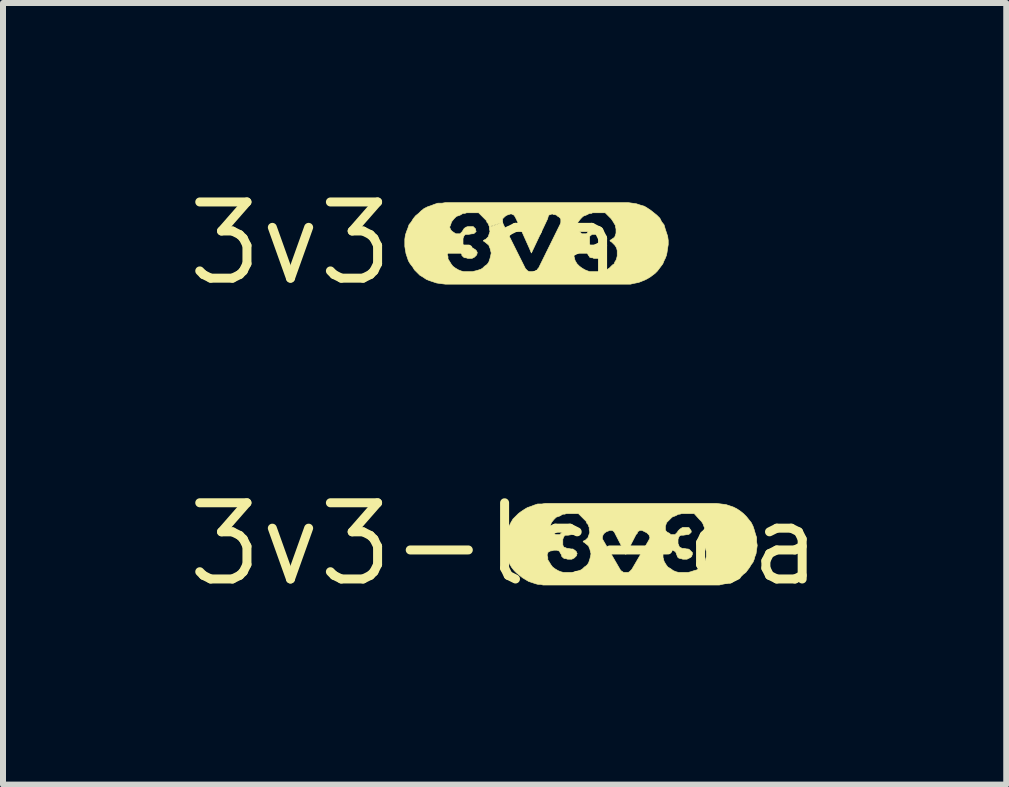
<source format=kicad_pcb>
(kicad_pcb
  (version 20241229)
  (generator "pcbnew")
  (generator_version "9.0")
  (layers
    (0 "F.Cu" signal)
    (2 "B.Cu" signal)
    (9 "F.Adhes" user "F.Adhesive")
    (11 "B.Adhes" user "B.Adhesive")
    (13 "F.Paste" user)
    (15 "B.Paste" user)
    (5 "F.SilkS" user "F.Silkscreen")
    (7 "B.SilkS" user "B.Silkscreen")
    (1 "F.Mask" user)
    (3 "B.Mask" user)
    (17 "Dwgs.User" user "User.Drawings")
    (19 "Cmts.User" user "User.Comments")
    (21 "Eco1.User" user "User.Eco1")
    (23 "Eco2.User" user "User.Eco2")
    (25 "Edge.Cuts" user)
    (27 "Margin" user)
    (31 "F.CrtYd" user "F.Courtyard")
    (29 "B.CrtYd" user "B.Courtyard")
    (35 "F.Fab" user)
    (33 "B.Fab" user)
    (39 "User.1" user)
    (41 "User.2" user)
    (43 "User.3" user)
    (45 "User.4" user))
  (footprint "3v3-ca"
    (layer "F.Cu")
    (at 3.696 1.006)
    (property "Reference" "3v3-ca" (at 0 0 0) (layer "F.SilkS") (effects (font (size 1.27 1.27) (thickness 0.15))))
    (attr board_only exclude_from_pos_files exclude_from_bom)
    (fp_poly (pts (xy 0.68 -0.68) (xy 0.62 -0.67) (xy 0.55 -0.67) (xy 0.49 -0.65) (xy 0.44 -0.63) (xy 0.38 -0.61) (xy 0.32 -0.58) (xy 0.27 -0.54) (xy 0.23 -0.5) (xy 0.18 -0.46) (xy 0.14 -0.41) (xy 0.11 -0.36) (xy 0.07 -0.31) (xy 0.05 -0.25) (xy 0.03 -0.2) (xy 0.01 -0.14) (xy 0 -0.07) (xy 0 -0.01) (xy 0 0.05) (xy 0.01 0.11) (xy 0.02 0.17) (xy 0.04 0.23) (xy 0.06 0.29) (xy 0.09 0.34) (xy 0.13 0.39) (xy 0.16 0.44) (xy 0.21 0.49) (xy 0.25 0.53) (xy 0.3 0.56) (xy 0.36 0.6) (xy 0.41 0.62) (xy 0.47 0.64) (xy 0.53 0.66) (xy 0.6 0.67) (xy 0.68 0.68) (xy 3.71 0.68) (xy 3.76 0.68) (xy 3.8 0.67) (xy 3.85 0.66) (xy 3.9 0.65) (xy 3.95 0.63) (xy 4 0.61) (xy 4.04 0.59) (xy 4.09 0.56) (xy 4.13 0.53) (xy 4.17 0.5) (xy 4.21 0.46) (xy 4.24 0.42) (xy 4.27 0.38) (xy 4.3 0.34) (xy 4.32 0.29) (xy 4.34 0.25) (xy 4.36 0.2) (xy 4.37 0.15) (xy 4.38 0.08) (xy 4.39 0.02) (xy 4.39 -0.05) (xy 4.38 -0.12) (xy 4.36 -0.18) (xy 4.34 -0.24) (xy 4.32 -0.31) (xy 4.28 -0.36) (xy 4.25 -0.42) (xy 4.2 -0.47) (xy 4.15 -0.51) (xy 4.1 -0.55) (xy 4.04 -0.59) (xy 3.99 -0.62) (xy 3.92 -0.64) (xy 3.86 -0.66) (xy 3.79 -0.67) (xy 3.72 -0.68) (xy 0.68 -0.68) (xy 0.86 -0.45) (xy 0.89 -0.46) (xy 0.92 -0.47) (xy 0.97 -0.5) (xy 1 -0.5) (xy 1.03 -0.51) (xy 1.07 -0.51) (xy 1.23 -0.51) (xy 1.33 -0.41) (xy 1.36 -0.38) (xy 1.37 -0.35) (xy 1.39 -0.33) (xy 1.4 -0.3) (xy 1.41 -0.28) (xy 1.63 -0.35) (xy 1.63 -0.37) (xy 1.63 -0.39) (xy 1.63 -0.41) (xy 1.65 -0.43) (xy 1.67 -0.45) (xy 1.7 -0.47) (xy 1.73 -0.48) (xy 1.76 -0.49) (xy 1.78 -0.49) (xy 1.8 -0.48) (xy 1.82 -0.47) (xy 1.84 -0.44) (xy 1.86 -0.4) (xy 2.08 0.09) (xy 2.1 0.14) (xy 2.11 0.16) (xy 2.38 -0.41) (xy 2.39 -0.45) (xy 2.4 -0.47) (xy 2.42 -0.48) (xy 2.43 -0.48) (xy 2.45 -0.49) (xy 2.46 -0.49) (xy 2.48 -0.48) (xy 2.5 -0.48) (xy 2.53 -0.47) (xy 2.55 -0.45) (xy 2.57 -0.44) (xy 2.59 -0.42) (xy 2.6 -0.4) (xy 2.6 -0.39) (xy 2.6 -0.37) (xy 2.6 -0.35) (xy 2.86 -0.28) (xy 2.86 -0.3) (xy 2.89 -0.36) (xy 2.93 -0.41) (xy 2.95 -0.43) (xy 2.97 -0.45) (xy 2.99 -0.46) (xy 3.02 -0.47) (xy 3.08 -0.5) (xy 3.11 -0.5) (xy 3.13 -0.51) (xy 3.17 -0.51) (xy 3.34 -0.51) (xy 3.44 -0.41) (xy 3.46 -0.38) (xy 3.48 -0.35) (xy 3.49 -0.33) (xy 3.51 -0.3) (xy 3.51 -0.28) (xy 3.52 -0.24) (xy 3.52 -0.2) (xy 3.52 -0.17) (xy 3.51 -0.14) (xy 3.5 -0.11) (xy 3.48 -0.09) (xy 3.45 -0.07) (xy 3.42 -0.05) (xy 3.42 -0.04) (xy 3.45 -0.02) (xy 3.5 0.03) (xy 3.52 0.06) (xy 3.53 0.08) (xy 3.54 0.12) (xy 3.54 0.16) (xy 3.54 0.21) (xy 3.53 0.25) (xy 3.52 0.28) (xy 3.5 0.31) (xy 3.49 0.34) (xy 3.46 0.36) (xy 3.44 0.38) (xy 3.41 0.41) (xy 3.38 0.43) (xy 3.35 0.44) (xy 3.31 0.45) (xy 3.28 0.46) (xy 3.24 0.47) (xy 3.2 0.47) (xy 3.16 0.47) (xy 3.12 0.47) (xy 3.08 0.47) (xy 3.05 0.46) (xy 3 0.44) (xy 2.95 0.41) (xy 2.91 0.38) (xy 2.87 0.34) (xy 2.84 0.29) (xy 2.83 0.26) (xy 2.83 0.25) (xy 2.82 0.22) (xy 2.82 0.19) (xy 2.82 0.17) (xy 2.82 0.15) (xy 2.83 0.14) (xy 2.84 0.13) (xy 2.85 0.12) (xy 2.87 0.11) (xy 2.9 0.11) (xy 2.92 0.1) (xy 2.96 0.1) (xy 2.98 0.1) (xy 3.01 0.11) (xy 3.02 0.12) (xy 3.03 0.13) (xy 3.04 0.15) (xy 3.05 0.18) (xy 3.06 0.2) (xy 3.07 0.21) (xy 3.08 0.23) (xy 3.11 0.24) (xy 3.13 0.24) (xy 3.15 0.25) (xy 3.18 0.25) (xy 3.2 0.25) (xy 3.23 0.25) (xy 3.25 0.24) (xy 3.26 0.23) (xy 3.28 0.22) (xy 3.29 0.21) (xy 3.3 0.2) (xy 3.31 0.19) (xy 3.31 0.17) (xy 3.31 0.16) (xy 3.31 0.14) (xy 3.3 0.13) (xy 3.3 0.12) (xy 3.29 0.11) (xy 3.27 0.1) (xy 3.26 0.09) (xy 3.25 0.08) (xy 3.22 0.08) (xy 3.17 0.07) (xy 3.15 0.07) (xy 3.13 0.06) (xy 3.1 0.05) (xy 3.09 0.04) (xy 3.08 0.01) (xy 3.08 -0.01) (xy 3.08 -0.05) (xy 3.08 -0.08) (xy 3.08 -0.11) (xy 3.09 -0.13) (xy 3.11 -0.14) (xy 3.12 -0.15) (xy 3.14 -0.15) (xy 3.16 -0.15) (xy 3.22 -0.16) (xy 3.24 -0.16) (xy 3.26 -0.17) (xy 3.28 -0.18) (xy 3.29 -0.19) (xy 3.29 -0.2) (xy 3.29 -0.22) (xy 3.28 -0.24) (xy 3.27 -0.25) (xy 3.26 -0.27) (xy 3.24 -0.28) (xy 3.22 -0.28) (xy 3.2 -0.28) (xy 3.18 -0.28) (xy 3.16 -0.28) (xy 3.13 -0.27) (xy 3.1 -0.25) (xy 3.08 -0.22) (xy 3.07 -0.2) (xy 3.05 -0.19) (xy 3.04 -0.17) (xy 3.02 -0.16) (xy 3.01 -0.16) (xy 2.99 -0.16) (xy 2.98 -0.16) (xy 2.95 -0.16) (xy 2.93 -0.18) (xy 2.9 -0.2) (xy 2.88 -0.22) (xy 2.87 -0.24) (xy 2.86 -0.26) (xy 2.86 -0.28) (xy 2.6 -0.35) (xy 2.59 -0.32) (xy 2.23 0.41) (xy 2.21 0.43) (xy 2.2 0.45) (xy 2.18 0.46) (xy 2.16 0.47) (xy 2.13 0.47) (xy 2.1 0.47) (xy 2.08 0.47) (xy 2.05 0.46) (xy 2.04 0.45) (xy 2.03 0.44) (xy 2.02 0.43) (xy 2.01 0.42) (xy 1.64 -0.32) (xy 1.63 -0.35) (xy 1.41 -0.27) (xy 1.41 -0.24) (xy 1.42 -0.2) (xy 1.41 -0.17) (xy 1.4 -0.14) (xy 1.39 -0.11) (xy 1.37 -0.09) (xy 1.35 -0.07) (xy 1.31 -0.05) (xy 1.31 -0.04) (xy 1.34 -0.02) (xy 1.4 0.03) (xy 1.41 0.06) (xy 1.42 0.08) (xy 1.43 0.12) (xy 1.44 0.16) (xy 1.43 0.21) (xy 1.42 0.25) (xy 1.41 0.28) (xy 1.4 0.31) (xy 1.38 0.34) (xy 1.36 0.36) (xy 1.33 0.38) (xy 1.3 0.41) (xy 1.27 0.43) (xy 1.24 0.44) (xy 1.21 0.45) (xy 1.17 0.46) (xy 1.13 0.47) (xy 1.1 0.47) (xy 1.05 0.47) (xy 1.01 0.47) (xy 0.98 0.47) (xy 0.94 0.46) (xy 0.89 0.44) (xy 0.84 0.41) (xy 0.8 0.38) (xy 0.77 0.34) (xy 0.74 0.29) (xy 0.72 0.26) (xy 0.72 0.25) (xy 0.72 0.22) (xy 0.71 0.19) (xy 0.71 0.17) (xy 0.72 0.15) (xy 0.72 0.14) (xy 0.73 0.13) (xy 0.75 0.12) (xy 0.77 0.11) (xy 0.79 0.11) (xy 0.82 0.1) (xy 0.85 0.1) (xy 0.87 0.1) (xy 0.9 0.11) (xy 0.92 0.12) (xy 0.92 0.13) (xy 0.93 0.15) (xy 0.95 0.18) (xy 0.95 0.2) (xy 0.96 0.21) (xy 0.98 0.23) (xy 1 0.24) (xy 1.02 0.24) (xy 1.05 0.25) (xy 1.07 0.25) (xy 1.1 0.25) (xy 1.12 0.25) (xy 1.14 0.24) (xy 1.16 0.23) (xy 1.17 0.22) (xy 1.18 0.21) (xy 1.19 0.2) (xy 1.2 0.19) (xy 1.2 0.17) (xy 1.21 0.16) (xy 1.2 0.14) (xy 1.2 0.13) (xy 1.19 0.12) (xy 1.18 0.11) (xy 1.17 0.1) (xy 1.15 0.09) (xy 1.14 0.08) (xy 1.11 0.08) (xy 1.06 0.07) (xy 1.04 0.07) (xy 1.02 0.06) (xy 0.99 0.05) (xy 0.98 0.04) (xy 0.97 0.01) (xy 0.97 -0.01) (xy 0.97 -0.05) (xy 0.97 -0.08) (xy 0.98 -0.11) (xy 0.99 -0.13) (xy 1 -0.14) (xy 1.01 -0.15) (xy 1.03 -0.15) (xy 1.06 -0.15) (xy 1.12 -0.16) (xy 1.14 -0.16) (xy 1.16 -0.17) (xy 1.17 -0.18) (xy 1.18 -0.19) (xy 1.19 -0.2) (xy 1.18 -0.22) (xy 1.18 -0.24) (xy 1.17 -0.25) (xy 1.15 -0.27) (xy 1.14 -0.28) (xy 1.12 -0.28) (xy 1.1 -0.28) (xy 1.07 -0.28) (xy 1.05 -0.28) (xy 1.02 -0.27) (xy 0.99 -0.25) (xy 0.97 -0.22) (xy 0.96 -0.2) (xy 0.95 -0.19) (xy 0.93 -0.17) (xy 0.92 -0.16) (xy 0.9 -0.16) (xy 0.89 -0.16) (xy 0.87 -0.16) (xy 0.85 -0.16) (xy 0.82 -0.18) (xy 0.79 -0.2) (xy 0.77 -0.22) (xy 0.76 -0.24) (xy 0.75 -0.26) (xy 0.75 -0.28) (xy 0.76 -0.3) (xy 0.78 -0.36) (xy 0.82 -0.41) (xy 0.84 -0.43) (xy 0.86 -0.45) (xy 0.68 -0.68)) (stroke (width 0.01) (type solid)) (fill yes) (layer "F.SilkS")))
  (footprint "3v3-lc-ca"
    (layer "F.Cu")
    (at 5.359 6.019)
    (property "Reference" "3v3-lc-ca" (at 0 0 0) (layer "F.SilkS") (effects (font (size 1.27 1.27) (thickness 0.15))))
    (attr board_only exclude_from_pos_files exclude_from_bom)
    (fp_poly (pts (xy 0.68 -0.68) (xy 0.62 -0.67) (xy 0.55 -0.67) (xy 0.49 -0.65) (xy 0.44 -0.63) (xy 0.38 -0.61) (xy 0.33 -0.58) (xy 0.27 -0.54) (xy 0.23 -0.51) (xy 0.18 -0.46) (xy 0.14 -0.42) (xy 0.11 -0.37) (xy 0.08 -0.31) (xy 0.05 -0.26) (xy 0.03 -0.2) (xy 0.01 -0.14) (xy 0 -0.08) (xy 0 -0.02) (xy 0 0.04) (xy 0.01 0.11) (xy 0.02 0.17) (xy 0.04 0.22) (xy 0.06 0.28) (xy 0.09 0.34) (xy 0.12 0.39) (xy 0.16 0.44) (xy 0.2 0.48) (xy 0.25 0.52) (xy 0.3 0.56) (xy 0.35 0.59) (xy 0.4 0.62) (xy 0.46 0.64) (xy 0.52 0.66) (xy 0.56 0.67) (xy 0.6 0.67) (xy 0.64 0.68) (xy 0.67 0.68) (xy 3.53 0.68) (xy 3.58 0.68) (xy 3.62 0.67) (xy 3.67 0.66) (xy 3.72 0.65) (xy 3.77 0.63) (xy 3.82 0.61) (xy 3.86 0.59) (xy 3.9 0.56) (xy 3.95 0.53) (xy 3.98 0.5) (xy 4.02 0.47) (xy 4.05 0.43) (xy 4.08 0.39) (xy 4.11 0.34) (xy 4.14 0.3) (xy 4.16 0.25) (xy 4.17 0.21) (xy 4.19 0.16) (xy 4.2 0.09) (xy 4.21 0.02) (xy 4.2 -0.04) (xy 4.2 -0.11) (xy 4.18 -0.17) (xy 4.16 -0.24) (xy 4.14 -0.3) (xy 4.11 -0.36) (xy 4.07 -0.41) (xy 4.03 -0.46) (xy 3.98 -0.51) (xy 3.93 -0.55) (xy 3.87 -0.59) (xy 3.81 -0.62) (xy 3.75 -0.64) (xy 3.69 -0.66) (xy 3.61 -0.67) (xy 3.53 -0.68) (xy 0.68 -0.68) (xy 0.86 -0.45) (xy 0.89 -0.46) (xy 0.92 -0.47) (xy 0.97 -0.5) (xy 1 -0.5) (xy 1.03 -0.51) (xy 1.07 -0.51) (xy 1.23 -0.51) (xy 1.33 -0.41) (xy 1.36 -0.38) (xy 1.37 -0.35) (xy 1.39 -0.33) (xy 1.4 -0.3) (xy 1.41 -0.28) (xy 1.41 -0.24) (xy 1.42 -0.2) (xy 1.41 -0.17) (xy 1.63 -0.13) (xy 1.64 -0.15) (xy 1.65 -0.17) (xy 1.67 -0.19) (xy 1.7 -0.21) (xy 1.73 -0.22) (xy 1.75 -0.23) (xy 1.77 -0.23) (xy 1.79 -0.23) (xy 1.81 -0.22) (xy 1.83 -0.2) (xy 1.85 -0.16) (xy 2.02 0.17) (xy 2.19 -0.16) (xy 2.21 -0.18) (xy 2.22 -0.21) (xy 2.24 -0.22) (xy 2.25 -0.23) (xy 2.26 -0.23) (xy 2.28 -0.23) (xy 2.29 -0.23) (xy 2.31 -0.22) (xy 2.35 -0.2) (xy 2.37 -0.19) (xy 2.39 -0.17) (xy 2.41 -0.15) (xy 2.41 -0.14) (xy 2.68 -0.24) (xy 2.68 -0.26) (xy 2.68 -0.28) (xy 2.68 -0.3) (xy 2.7 -0.36) (xy 2.75 -0.41) (xy 2.77 -0.43) (xy 2.79 -0.45) (xy 2.81 -0.46) (xy 2.84 -0.47) (xy 2.9 -0.5) (xy 2.92 -0.5) (xy 2.95 -0.51) (xy 2.99 -0.51) (xy 3.16 -0.51) (xy 3.25 -0.41) (xy 3.28 -0.38) (xy 3.3 -0.35) (xy 3.31 -0.33) (xy 3.32 -0.3) (xy 3.33 -0.28) (xy 3.34 -0.24) (xy 3.34 -0.2) (xy 3.34 -0.17) (xy 3.33 -0.14) (xy 3.31 -0.11) (xy 3.3 -0.09) (xy 3.27 -0.07) (xy 3.24 -0.05) (xy 3.24 -0.04) (xy 3.26 -0.02) (xy 3.32 0.03) (xy 3.34 0.06) (xy 3.35 0.08) (xy 3.36 0.12) (xy 3.36 0.16) (xy 3.36 0.21) (xy 3.35 0.25) (xy 3.34 0.28) (xy 3.32 0.31) (xy 3.3 0.34) (xy 3.28 0.36) (xy 3.26 0.38) (xy 3.23 0.41) (xy 3.2 0.43) (xy 3.16 0.44) (xy 3.13 0.45) (xy 3.1 0.46) (xy 3.06 0.47) (xy 3.02 0.47) (xy 2.98 0.47) (xy 2.94 0.47) (xy 2.9 0.47) (xy 2.86 0.46) (xy 2.81 0.44) (xy 2.77 0.41) (xy 2.72 0.38) (xy 2.69 0.34) (xy 2.66 0.29) (xy 2.65 0.26) (xy 2.65 0.25) (xy 2.64 0.22) (xy 2.64 0.19) (xy 2.64 0.17) (xy 2.64 0.15) (xy 2.65 0.14) (xy 2.66 0.13) (xy 2.67 0.12) (xy 2.69 0.11) (xy 2.71 0.11) (xy 2.74 0.1) (xy 2.77 0.1) (xy 2.8 0.1) (xy 2.82 0.11) (xy 2.84 0.12) (xy 2.85 0.13) (xy 2.86 0.15) (xy 2.87 0.18) (xy 2.88 0.2) (xy 2.88 0.21) (xy 2.9 0.23) (xy 2.93 0.24) (xy 2.94 0.24) (xy 2.97 0.25) (xy 2.99 0.25) (xy 3.02 0.25) (xy 3.04 0.25) (xy 3.06 0.24) (xy 3.08 0.23) (xy 3.1 0.22) (xy 3.11 0.21) (xy 3.12 0.2) (xy 3.12 0.19) (xy 3.13 0.17) (xy 3.13 0.16) (xy 3.13 0.14) (xy 3.12 0.13) (xy 3.11 0.12) (xy 3.1 0.11) (xy 3.09 0.1) (xy 3.08 0.09) (xy 3.06 0.08) (xy 3.04 0.08) (xy 2.99 0.07) (xy 2.96 0.07) (xy 2.94 0.06) (xy 2.92 0.05) (xy 2.91 0.04) (xy 2.9 0.01) (xy 2.89 -0.01) (xy 2.89 -0.05) (xy 2.89 -0.08) (xy 2.9 -0.11) (xy 2.91 -0.13) (xy 2.92 -0.14) (xy 2.94 -0.15) (xy 2.95 -0.15) (xy 2.98 -0.15) (xy 3.04 -0.16) (xy 3.06 -0.16) (xy 3.08 -0.17) (xy 3.09 -0.18) (xy 3.1 -0.19) (xy 3.11 -0.2) (xy 3.11 -0.22) (xy 3.1 -0.24) (xy 3.09 -0.25) (xy 3.08 -0.27) (xy 3.06 -0.28) (xy 3.04 -0.28) (xy 3.02 -0.28) (xy 3 -0.28) (xy 2.97 -0.28) (xy 2.95 -0.27) (xy 2.92 -0.25) (xy 2.89 -0.22) (xy 2.88 -0.2) (xy 2.87 -0.19) (xy 2.85 -0.17) (xy 2.84 -0.16) (xy 2.83 -0.16) (xy 2.81 -0.16) (xy 2.79 -0.16) (xy 2.77 -0.16) (xy 2.75 -0.18) (xy 2.71 -0.2) (xy 2.69 -0.22) (xy 2.68 -0.24) (xy 2.41 -0.14) (xy 2.42 -0.12) (xy 2.42 -0.1) (xy 2.41 -0.08) (xy 2.4 -0.06) (xy 2.12 0.42) (xy 2.11 0.43) (xy 2.1 0.44) (xy 2.08 0.46) (xy 2.06 0.47) (xy 2.04 0.47) (xy 2.02 0.47) (xy 2 0.47) (xy 1.98 0.47) (xy 1.97 0.46) (xy 1.95 0.45) (xy 1.93 0.43) (xy 1.64 -0.07) (xy 1.63 -0.09) (xy 1.63 -0.11) (xy 1.63 -0.13) (xy 1.41 -0.17) (xy 1.4 -0.14) (xy 1.39 -0.11) (xy 1.37 -0.09) (xy 1.35 -0.07) (xy 1.31 -0.05) (xy 1.31 -0.04) (xy 1.34 -0.02) (xy 1.4 0.03) (xy 1.41 0.06) (xy 1.42 0.08) (xy 1.43 0.12) (xy 1.44 0.16) (xy 1.43 0.21) (xy 1.42 0.25) (xy 1.41 0.28) (xy 1.4 0.31) (xy 1.38 0.34) (xy 1.36 0.36) (xy 1.33 0.38) (xy 1.3 0.41) (xy 1.27 0.43) (xy 1.24 0.44) (xy 1.21 0.45) (xy 1.17 0.46) (xy 1.13 0.47) (xy 1.1 0.47) (xy 1.05 0.47) (xy 1.01 0.47) (xy 0.98 0.47) (xy 0.94 0.46) (xy 0.89 0.44) (xy 0.84 0.41) (xy 0.8 0.38) (xy 0.77 0.34) (xy 0.74 0.29) (xy 0.72 0.26) (xy 0.72 0.25) (xy 0.72 0.22) (xy 0.71 0.19) (xy 0.71 0.17) (xy 0.72 0.15) (xy 0.72 0.14) (xy 0.73 0.13) (xy 0.75 0.12) (xy 0.77 0.11) (xy 0.79 0.11) (xy 0.82 0.1) (xy 0.85 0.1) (xy 0.87 0.1) (xy 0.9 0.11) (xy 0.92 0.12) (xy 0.92 0.13) (xy 0.93 0.15) (xy 0.95 0.18) (xy 0.95 0.2) (xy 0.96 0.21) (xy 0.98 0.23) (xy 1 0.24) (xy 1.02 0.24) (xy 1.05 0.25) (xy 1.07 0.25) (xy 1.1 0.25) (xy 1.12 0.25) (xy 1.14 0.24) (xy 1.16 0.23) (xy 1.17 0.22) (xy 1.18 0.21) (xy 1.19 0.2) (xy 1.2 0.19) (xy 1.2 0.17) (xy 1.21 0.16) (xy 1.2 0.14) (xy 1.2 0.13) (xy 1.19 0.12) (xy 1.18 0.11) (xy 1.17 0.1) (xy 1.15 0.09) (xy 1.14 0.08) (xy 1.11 0.08) (xy 1.06 0.07) (xy 1.04 0.07) (xy 1.02 0.06) (xy 0.99 0.05) (xy 0.98 0.04) (xy 0.97 0.01) (xy 0.97 -0.01) (xy 0.97 -0.05) (xy 0.97 -0.08) (xy 0.98 -0.11) (xy 0.99 -0.13) (xy 1 -0.14) (xy 1.01 -0.15) (xy 1.03 -0.15) (xy 1.06 -0.15) (xy 1.12 -0.16) (xy 1.14 -0.16) (xy 1.16 -0.17) (xy 1.17 -0.18) (xy 1.18 -0.19) (xy 1.19 -0.2) (xy 1.18 -0.22) (xy 1.18 -0.24) (xy 1.17 -0.25) (xy 1.15 -0.27) (xy 1.14 -0.28) (xy 1.12 -0.28) (xy 1.1 -0.28) (xy 1.07 -0.28) (xy 1.05 -0.28) (xy 1.02 -0.27) (xy 0.99 -0.25) (xy 0.97 -0.22) (xy 0.96 -0.2) (xy 0.95 -0.19) (xy 0.93 -0.17) (xy 0.92 -0.16) (xy 0.9 -0.16) (xy 0.89 -0.16) (xy 0.87 -0.16) (xy 0.85 -0.16) (xy 0.82 -0.18) (xy 0.79 -0.2) (xy 0.77 -0.22) (xy 0.76 -0.24) (xy 0.75 -0.26) (xy 0.75 -0.28) (xy 0.76 -0.3) (xy 0.78 -0.36) (xy 0.82 -0.41) (xy 0.84 -0.43) (xy 0.86 -0.45) (xy 0.68 -0.68)) (stroke (width 0.01) (type solid)) (fill yes) (layer "F.SilkS")))
  (gr_rect
    (start -3 -3)
    (end 13.719 10.025)
    (stroke (width 0.1) (type default))
    (fill no)
    (layer "Edge.Cuts")))
</source>
